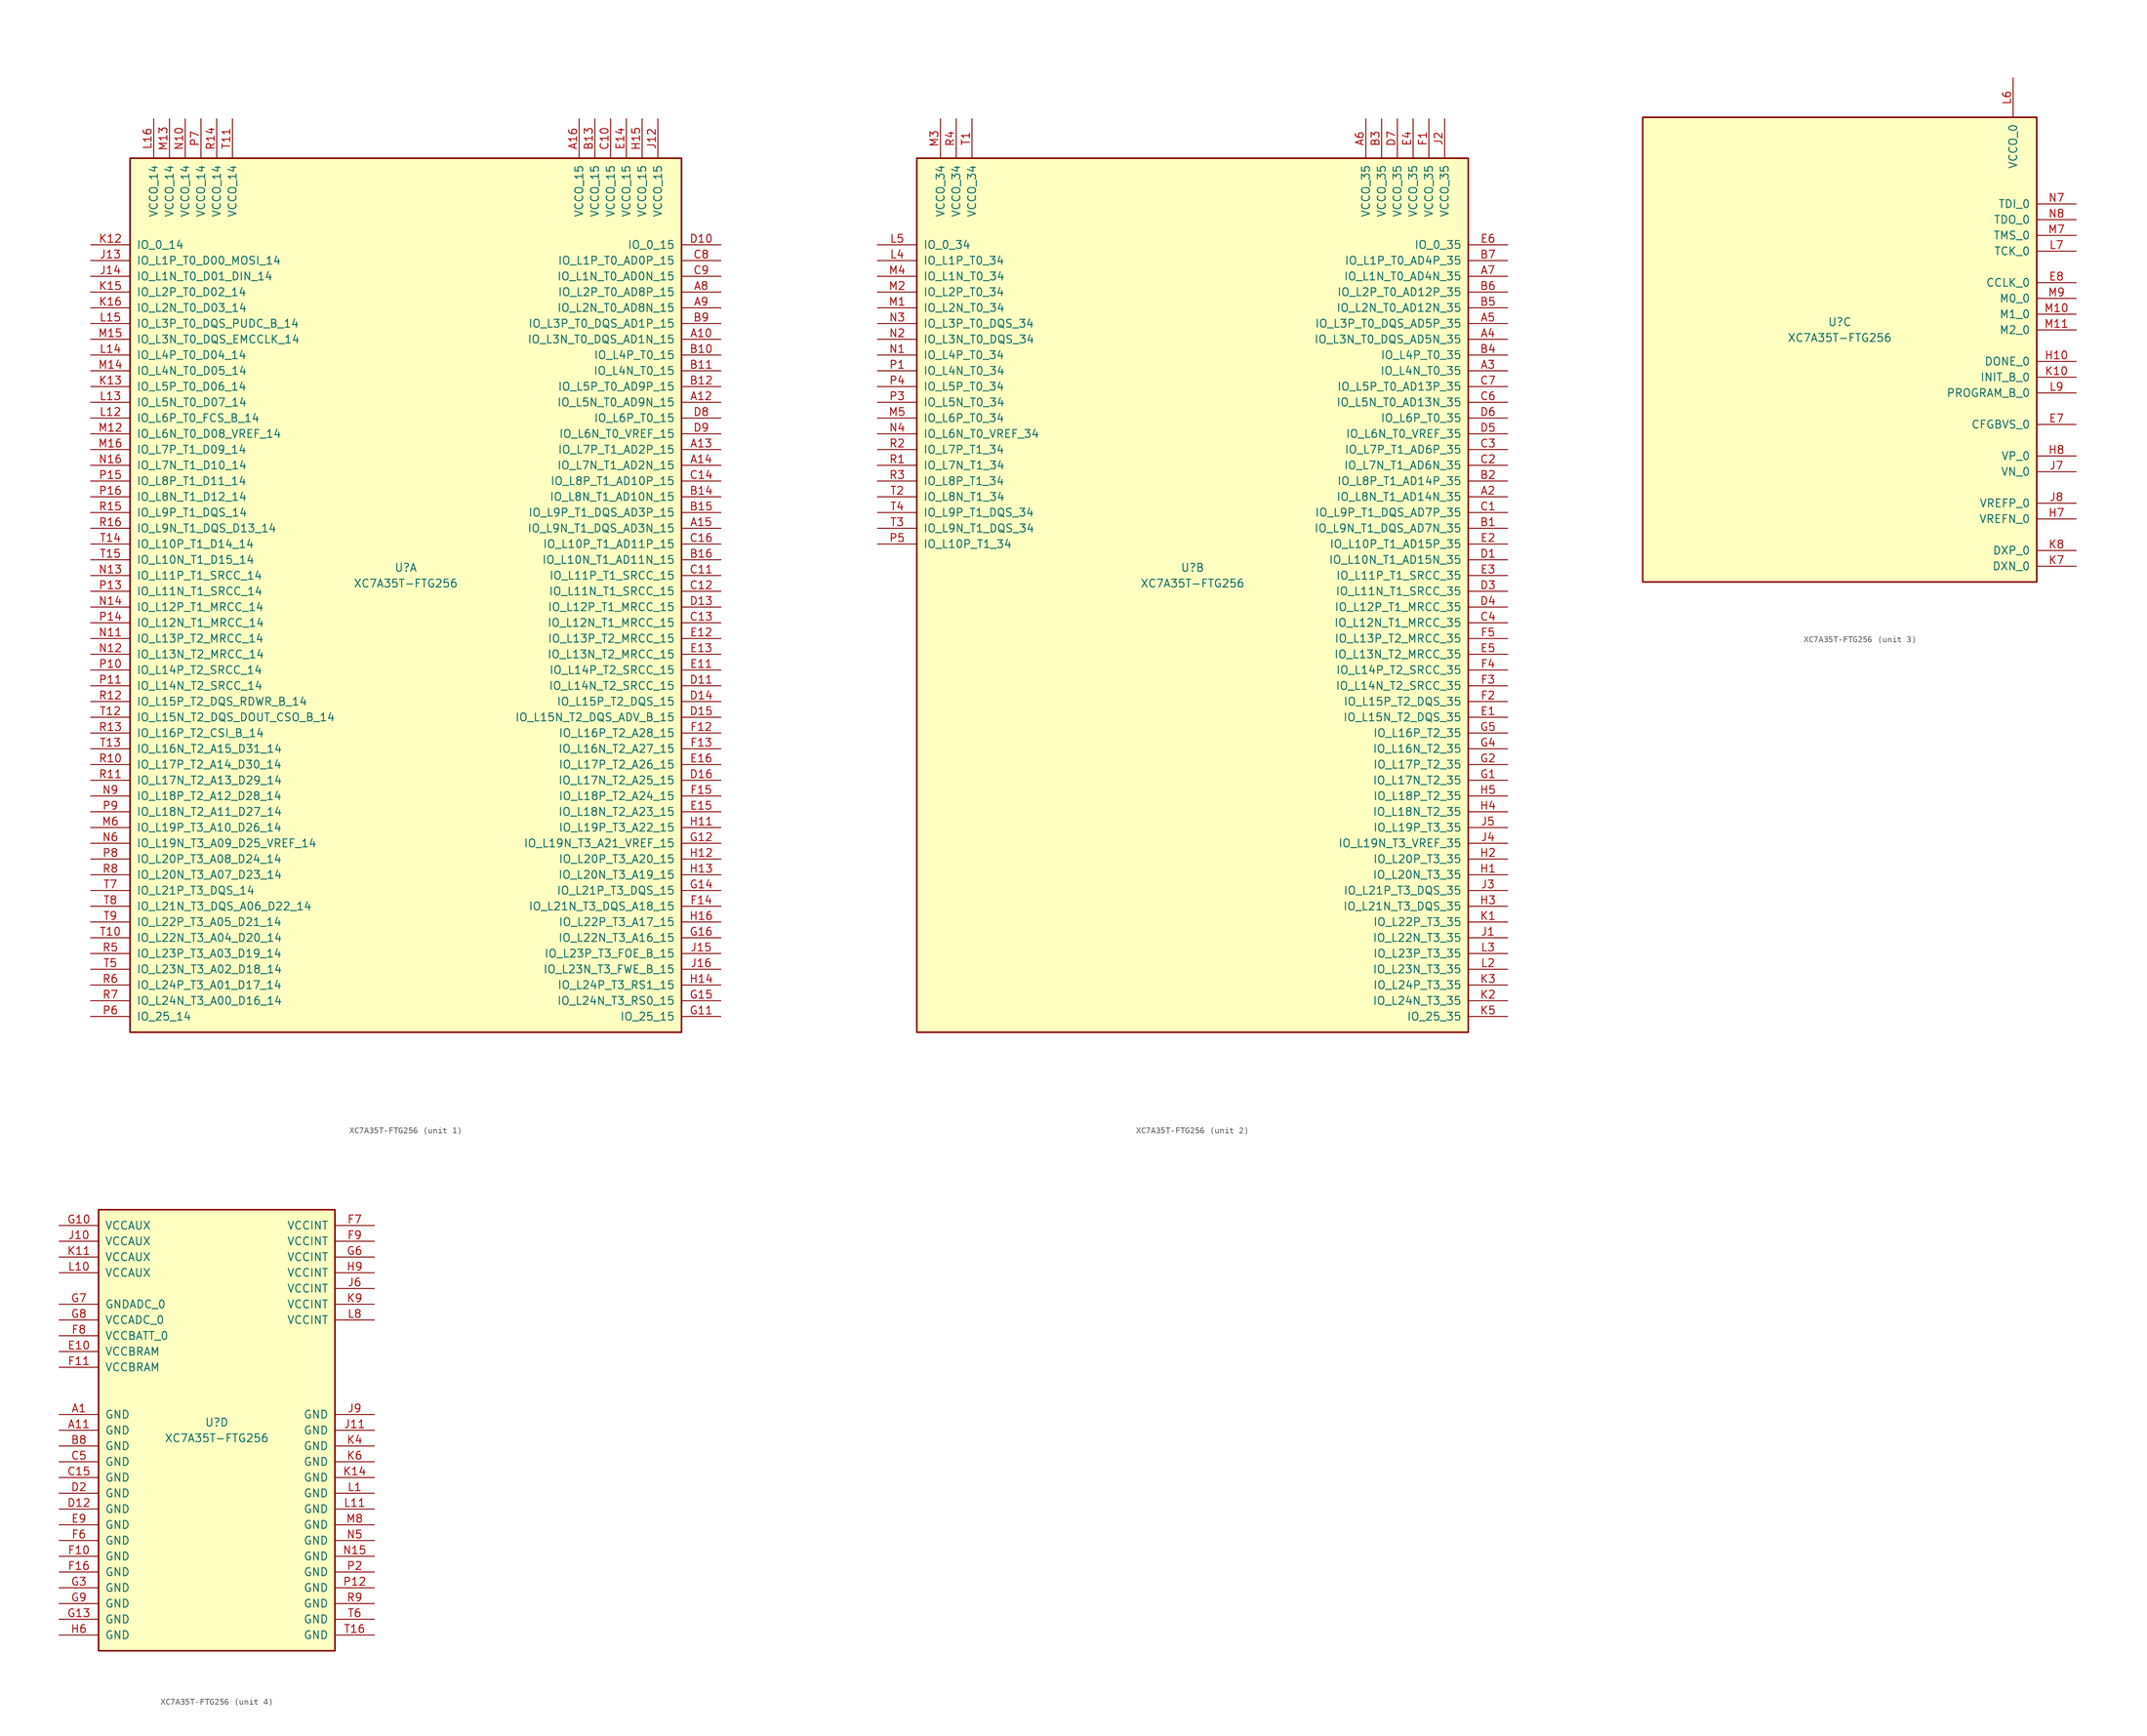
<source format=kicad_sym>
(kicad_symbol_lib
  (version 20231120)
  (generator "kicad_symbol_editor")
  (generator_version "8.0")
  (symbol "XC7A35T-FTG256"
    (pin_names
      (offset 1.016))
    (property "Reference" "U"
      (at 0 1.27 0)
      (effects (font (size 1.27 1.27))))
    (property "Value" "XC7A35T-FTG256"
      (at 0 -1.27 0)
      (effects (font (size 1.27 1.27))))
    (property "Datasheet" ""
      (at 0 0 0)
      (effects (font (size 1.27 1.27))))
    (property "ki_locked" ""
      (at 0 0 0)
      (effects (font (size 1.27 1.27))))
    (symbol "XC7A35T-FTG256_1_1"
      (rectangle (start -44.45 67.31) (end 44.45 -73.66) (stroke (width 0.254) (type default)) (fill (type background)))
      (pin bidirectional line (at 50.8 38.1 180) (length 6.35) (name "IO_L3N_T0_DQS_AD1N_15" (effects (font (size 1.27 1.27)))) (number "A10" (effects (font (size 1.27 1.27)))))
      (pin bidirectional line (at 50.8 27.94 180) (length 6.35) (name "IO_L5N_T0_AD9N_15" (effects (font (size 1.27 1.27)))) (number "A12" (effects (font (size 1.27 1.27)))))
      (pin bidirectional line (at 50.8 20.32 180) (length 6.35) (name "IO_L7P_T1_AD2P_15" (effects (font (size 1.27 1.27)))) (number "A13" (effects (font (size 1.27 1.27)))))
      (pin bidirectional line (at 50.8 17.78 180) (length 6.35) (name "IO_L7N_T1_AD2N_15" (effects (font (size 1.27 1.27)))) (number "A14" (effects (font (size 1.27 1.27)))))
      (pin bidirectional line (at 50.8 7.62 180) (length 6.35) (name "IO_L9N_T1_DQS_AD3N_15" (effects (font (size 1.27 1.27)))) (number "A15" (effects (font (size 1.27 1.27)))))
      (pin power_in line (at 27.94 73.66 270) (length 6.35) (name "VCCO_15" (effects (font (size 1.27 1.27)))) (number "A16" (effects (font (size 1.27 1.27)))))
      (pin bidirectional line (at 50.8 45.72 180) (length 6.35) (name "IO_L2P_T0_AD8P_15" (effects (font (size 1.27 1.27)))) (number "A8" (effects (font (size 1.27 1.27)))))
      (pin bidirectional line (at 50.8 43.18 180) (length 6.35) (name "IO_L2N_T0_AD8N_15" (effects (font (size 1.27 1.27)))) (number "A9" (effects (font (size 1.27 1.27)))))
      (pin bidirectional line (at 50.8 35.56 180) (length 6.35) (name "IO_L4P_T0_15" (effects (font (size 1.27 1.27)))) (number "B10" (effects (font (size 1.27 1.27)))))
      (pin bidirectional line (at 50.8 33.02 180) (length 6.35) (name "IO_L4N_T0_15" (effects (font (size 1.27 1.27)))) (number "B11" (effects (font (size 1.27 1.27)))))
      (pin bidirectional line (at 50.8 30.48 180) (length 6.35) (name "IO_L5P_T0_AD9P_15" (effects (font (size 1.27 1.27)))) (number "B12" (effects (font (size 1.27 1.27)))))
      (pin power_in line (at 30.48 73.66 270) (length 6.35) (name "VCCO_15" (effects (font (size 1.27 1.27)))) (number "B13" (effects (font (size 1.27 1.27)))))
      (pin bidirectional line (at 50.8 12.7 180) (length 6.35) (name "IO_L8N_T1_AD10N_15" (effects (font (size 1.27 1.27)))) (number "B14" (effects (font (size 1.27 1.27)))))
      (pin bidirectional line (at 50.8 10.16 180) (length 6.35) (name "IO_L9P_T1_DQS_AD3P_15" (effects (font (size 1.27 1.27)))) (number "B15" (effects (font (size 1.27 1.27)))))
      (pin bidirectional line (at 50.8 2.54 180) (length 6.35) (name "IO_L10N_T1_AD11N_15" (effects (font (size 1.27 1.27)))) (number "B16" (effects (font (size 1.27 1.27)))))
      (pin bidirectional line (at 50.8 40.64 180) (length 6.35) (name "IO_L3P_T0_DQS_AD1P_15" (effects (font (size 1.27 1.27)))) (number "B9" (effects (font (size 1.27 1.27)))))
      (pin power_in line (at 33.02 73.66 270) (length 6.35) (name "VCCO_15" (effects (font (size 1.27 1.27)))) (number "C10" (effects (font (size 1.27 1.27)))))
      (pin bidirectional line (at 50.8 0 180) (length 6.35) (name "IO_L11P_T1_SRCC_15" (effects (font (size 1.27 1.27)))) (number "C11" (effects (font (size 1.27 1.27)))))
      (pin bidirectional line (at 50.8 -2.54 180) (length 6.35) (name "IO_L11N_T1_SRCC_15" (effects (font (size 1.27 1.27)))) (number "C12" (effects (font (size 1.27 1.27)))))
      (pin bidirectional line (at 50.8 -7.62 180) (length 6.35) (name "IO_L12N_T1_MRCC_15" (effects (font (size 1.27 1.27)))) (number "C13" (effects (font (size 1.27 1.27)))))
      (pin bidirectional line (at 50.8 15.24 180) (length 6.35) (name "IO_L8P_T1_AD10P_15" (effects (font (size 1.27 1.27)))) (number "C14" (effects (font (size 1.27 1.27)))))
      (pin bidirectional line (at 50.8 5.08 180) (length 6.35) (name "IO_L10P_T1_AD11P_15" (effects (font (size 1.27 1.27)))) (number "C16" (effects (font (size 1.27 1.27)))))
      (pin bidirectional line (at 50.8 50.8 180) (length 6.35) (name "IO_L1P_T0_AD0P_15" (effects (font (size 1.27 1.27)))) (number "C8" (effects (font (size 1.27 1.27)))))
      (pin bidirectional line (at 50.8 48.26 180) (length 6.35) (name "IO_L1N_T0_AD0N_15" (effects (font (size 1.27 1.27)))) (number "C9" (effects (font (size 1.27 1.27)))))
      (pin bidirectional line (at 50.8 53.34 180) (length 6.35) (name "IO_0_15" (effects (font (size 1.27 1.27)))) (number "D10" (effects (font (size 1.27 1.27)))))
      (pin bidirectional line (at 50.8 -17.78 180) (length 6.35) (name "IO_L14N_T2_SRCC_15" (effects (font (size 1.27 1.27)))) (number "D11" (effects (font (size 1.27 1.27)))))
      (pin bidirectional line (at 50.8 -5.08 180) (length 6.35) (name "IO_L12P_T1_MRCC_15" (effects (font (size 1.27 1.27)))) (number "D13" (effects (font (size 1.27 1.27)))))
      (pin bidirectional line (at 50.8 -20.32 180) (length 6.35) (name "IO_L15P_T2_DQS_15" (effects (font (size 1.27 1.27)))) (number "D14" (effects (font (size 1.27 1.27)))))
      (pin bidirectional line (at 50.8 -22.86 180) (length 6.35) (name "IO_L15N_T2_DQS_ADV_B_15" (effects (font (size 1.27 1.27)))) (number "D15" (effects (font (size 1.27 1.27)))))
      (pin bidirectional line (at 50.8 -33.02 180) (length 6.35) (name "IO_L17N_T2_A25_15" (effects (font (size 1.27 1.27)))) (number "D16" (effects (font (size 1.27 1.27)))))
      (pin bidirectional line (at 50.8 25.4 180) (length 6.35) (name "IO_L6P_T0_15" (effects (font (size 1.27 1.27)))) (number "D8" (effects (font (size 1.27 1.27)))))
      (pin bidirectional line (at 50.8 22.86 180) (length 6.35) (name "IO_L6N_T0_VREF_15" (effects (font (size 1.27 1.27)))) (number "D9" (effects (font (size 1.27 1.27)))))
      (pin bidirectional line (at 50.8 -15.24 180) (length 6.35) (name "IO_L14P_T2_SRCC_15" (effects (font (size 1.27 1.27)))) (number "E11" (effects (font (size 1.27 1.27)))))
      (pin bidirectional line (at 50.8 -10.16 180) (length 6.35) (name "IO_L13P_T2_MRCC_15" (effects (font (size 1.27 1.27)))) (number "E12" (effects (font (size 1.27 1.27)))))
      (pin bidirectional line (at 50.8 -12.7 180) (length 6.35) (name "IO_L13N_T2_MRCC_15" (effects (font (size 1.27 1.27)))) (number "E13" (effects (font (size 1.27 1.27)))))
      (pin power_in line (at 35.56 73.66 270) (length 6.35) (name "VCCO_15" (effects (font (size 1.27 1.27)))) (number "E14" (effects (font (size 1.27 1.27)))))
      (pin bidirectional line (at 50.8 -38.1 180) (length 6.35) (name "IO_L18N_T2_A23_15" (effects (font (size 1.27 1.27)))) (number "E15" (effects (font (size 1.27 1.27)))))
      (pin bidirectional line (at 50.8 -30.48 180) (length 6.35) (name "IO_L17P_T2_A26_15" (effects (font (size 1.27 1.27)))) (number "E16" (effects (font (size 1.27 1.27)))))
      (pin bidirectional line (at 50.8 -25.4 180) (length 6.35) (name "IO_L16P_T2_A28_15" (effects (font (size 1.27 1.27)))) (number "F12" (effects (font (size 1.27 1.27)))))
      (pin bidirectional line (at 50.8 -27.94 180) (length 6.35) (name "IO_L16N_T2_A27_15" (effects (font (size 1.27 1.27)))) (number "F13" (effects (font (size 1.27 1.27)))))
      (pin bidirectional line (at 50.8 -53.34 180) (length 6.35) (name "IO_L21N_T3_DQS_A18_15" (effects (font (size 1.27 1.27)))) (number "F14" (effects (font (size 1.27 1.27)))))
      (pin bidirectional line (at 50.8 -35.56 180) (length 6.35) (name "IO_L18P_T2_A24_15" (effects (font (size 1.27 1.27)))) (number "F15" (effects (font (size 1.27 1.27)))))
      (pin bidirectional line (at 50.8 -71.12 180) (length 6.35) (name "IO_25_15" (effects (font (size 1.27 1.27)))) (number "G11" (effects (font (size 1.27 1.27)))))
      (pin bidirectional line (at 50.8 -43.18 180) (length 6.35) (name "IO_L19N_T3_A21_VREF_15" (effects (font (size 1.27 1.27)))) (number "G12" (effects (font (size 1.27 1.27)))))
      (pin bidirectional line (at 50.8 -50.8 180) (length 6.35) (name "IO_L21P_T3_DQS_15" (effects (font (size 1.27 1.27)))) (number "G14" (effects (font (size 1.27 1.27)))))
      (pin bidirectional line (at 50.8 -68.58 180) (length 6.35) (name "IO_L24N_T3_RS0_15" (effects (font (size 1.27 1.27)))) (number "G15" (effects (font (size 1.27 1.27)))))
      (pin bidirectional line (at 50.8 -58.42 180) (length 6.35) (name "IO_L22N_T3_A16_15" (effects (font (size 1.27 1.27)))) (number "G16" (effects (font (size 1.27 1.27)))))
      (pin bidirectional line (at 50.8 -40.64 180) (length 6.35) (name "IO_L19P_T3_A22_15" (effects (font (size 1.27 1.27)))) (number "H11" (effects (font (size 1.27 1.27)))))
      (pin bidirectional line (at 50.8 -45.72 180) (length 6.35) (name "IO_L20P_T3_A20_15" (effects (font (size 1.27 1.27)))) (number "H12" (effects (font (size 1.27 1.27)))))
      (pin bidirectional line (at 50.8 -48.26 180) (length 6.35) (name "IO_L20N_T3_A19_15" (effects (font (size 1.27 1.27)))) (number "H13" (effects (font (size 1.27 1.27)))))
      (pin bidirectional line (at 50.8 -66.04 180) (length 6.35) (name "IO_L24P_T3_RS1_15" (effects (font (size 1.27 1.27)))) (number "H14" (effects (font (size 1.27 1.27)))))
      (pin power_in line (at 38.1 73.66 270) (length 6.35) (name "VCCO_15" (effects (font (size 1.27 1.27)))) (number "H15" (effects (font (size 1.27 1.27)))))
      (pin bidirectional line (at 50.8 -55.88 180) (length 6.35) (name "IO_L22P_T3_A17_15" (effects (font (size 1.27 1.27)))) (number "H16" (effects (font (size 1.27 1.27)))))
      (pin power_in line (at 40.64 73.66 270) (length 6.35) (name "VCCO_15" (effects (font (size 1.27 1.27)))) (number "J12" (effects (font (size 1.27 1.27)))))
      (pin bidirectional line (at -50.8 50.8 0) (length 6.35) (name "IO_L1P_T0_D00_MOSI_14" (effects (font (size 1.27 1.27)))) (number "J13" (effects (font (size 1.27 1.27)))))
      (pin bidirectional line (at -50.8 48.26 0) (length 6.35) (name "IO_L1N_T0_D01_DIN_14" (effects (font (size 1.27 1.27)))) (number "J14" (effects (font (size 1.27 1.27)))))
      (pin bidirectional line (at 50.8 -60.96 180) (length 6.35) (name "IO_L23P_T3_FOE_B_15" (effects (font (size 1.27 1.27)))) (number "J15" (effects (font (size 1.27 1.27)))))
      (pin bidirectional line (at 50.8 -63.5 180) (length 6.35) (name "IO_L23N_T3_FWE_B_15" (effects (font (size 1.27 1.27)))) (number "J16" (effects (font (size 1.27 1.27)))))
      (pin bidirectional line (at -50.8 53.34 0) (length 6.35) (name "IO_0_14" (effects (font (size 1.27 1.27)))) (number "K12" (effects (font (size 1.27 1.27)))))
      (pin bidirectional line (at -50.8 30.48 0) (length 6.35) (name "IO_L5P_T0_D06_14" (effects (font (size 1.27 1.27)))) (number "K13" (effects (font (size 1.27 1.27)))))
      (pin bidirectional line (at -50.8 45.72 0) (length 6.35) (name "IO_L2P_T0_D02_14" (effects (font (size 1.27 1.27)))) (number "K15" (effects (font (size 1.27 1.27)))))
      (pin bidirectional line (at -50.8 43.18 0) (length 6.35) (name "IO_L2N_T0_D03_14" (effects (font (size 1.27 1.27)))) (number "K16" (effects (font (size 1.27 1.27)))))
      (pin bidirectional line (at -50.8 25.4 0) (length 6.35) (name "IO_L6P_T0_FCS_B_14" (effects (font (size 1.27 1.27)))) (number "L12" (effects (font (size 1.27 1.27)))))
      (pin bidirectional line (at -50.8 27.94 0) (length 6.35) (name "IO_L5N_T0_D07_14" (effects (font (size 1.27 1.27)))) (number "L13" (effects (font (size 1.27 1.27)))))
      (pin bidirectional line (at -50.8 35.56 0) (length 6.35) (name "IO_L4P_T0_D04_14" (effects (font (size 1.27 1.27)))) (number "L14" (effects (font (size 1.27 1.27)))))
      (pin bidirectional line (at -50.8 40.64 0) (length 6.35) (name "IO_L3P_T0_DQS_PUDC_B_14" (effects (font (size 1.27 1.27)))) (number "L15" (effects (font (size 1.27 1.27)))))
      (pin power_in line (at -40.64 73.66 270) (length 6.35) (name "VCCO_14" (effects (font (size 1.27 1.27)))) (number "L16" (effects (font (size 1.27 1.27)))))
      (pin bidirectional line (at -50.8 22.86 0) (length 6.35) (name "IO_L6N_T0_D08_VREF_14" (effects (font (size 1.27 1.27)))) (number "M12" (effects (font (size 1.27 1.27)))))
      (pin power_in line (at -38.1 73.66 270) (length 6.35) (name "VCCO_14" (effects (font (size 1.27 1.27)))) (number "M13" (effects (font (size 1.27 1.27)))))
      (pin bidirectional line (at -50.8 33.02 0) (length 6.35) (name "IO_L4N_T0_D05_14" (effects (font (size 1.27 1.27)))) (number "M14" (effects (font (size 1.27 1.27)))))
      (pin bidirectional line (at -50.8 38.1 0) (length 6.35) (name "IO_L3N_T0_DQS_EMCCLK_14" (effects (font (size 1.27 1.27)))) (number "M15" (effects (font (size 1.27 1.27)))))
      (pin bidirectional line (at -50.8 20.32 0) (length 6.35) (name "IO_L7P_T1_D09_14" (effects (font (size 1.27 1.27)))) (number "M16" (effects (font (size 1.27 1.27)))))
      (pin bidirectional line (at -50.8 -40.64 0) (length 6.35) (name "IO_L19P_T3_A10_D26_14" (effects (font (size 1.27 1.27)))) (number "M6" (effects (font (size 1.27 1.27)))))
      (pin power_in line (at -35.56 73.66 270) (length 6.35) (name "VCCO_14" (effects (font (size 1.27 1.27)))) (number "N10" (effects (font (size 1.27 1.27)))))
      (pin bidirectional line (at -50.8 -10.16 0) (length 6.35) (name "IO_L13P_T2_MRCC_14" (effects (font (size 1.27 1.27)))) (number "N11" (effects (font (size 1.27 1.27)))))
      (pin bidirectional line (at -50.8 -12.7 0) (length 6.35) (name "IO_L13N_T2_MRCC_14" (effects (font (size 1.27 1.27)))) (number "N12" (effects (font (size 1.27 1.27)))))
      (pin bidirectional line (at -50.8 0 0) (length 6.35) (name "IO_L11P_T1_SRCC_14" (effects (font (size 1.27 1.27)))) (number "N13" (effects (font (size 1.27 1.27)))))
      (pin bidirectional line (at -50.8 -5.08 0) (length 6.35) (name "IO_L12P_T1_MRCC_14" (effects (font (size 1.27 1.27)))) (number "N14" (effects (font (size 1.27 1.27)))))
      (pin bidirectional line (at -50.8 17.78 0) (length 6.35) (name "IO_L7N_T1_D10_14" (effects (font (size 1.27 1.27)))) (number "N16" (effects (font (size 1.27 1.27)))))
      (pin bidirectional line (at -50.8 -43.18 0) (length 6.35) (name "IO_L19N_T3_A09_D25_VREF_14" (effects (font (size 1.27 1.27)))) (number "N6" (effects (font (size 1.27 1.27)))))
      (pin bidirectional line (at -50.8 -35.56 0) (length 6.35) (name "IO_L18P_T2_A12_D28_14" (effects (font (size 1.27 1.27)))) (number "N9" (effects (font (size 1.27 1.27)))))
      (pin bidirectional line (at -50.8 -15.24 0) (length 6.35) (name "IO_L14P_T2_SRCC_14" (effects (font (size 1.27 1.27)))) (number "P10" (effects (font (size 1.27 1.27)))))
      (pin bidirectional line (at -50.8 -17.78 0) (length 6.35) (name "IO_L14N_T2_SRCC_14" (effects (font (size 1.27 1.27)))) (number "P11" (effects (font (size 1.27 1.27)))))
      (pin bidirectional line (at -50.8 -2.54 0) (length 6.35) (name "IO_L11N_T1_SRCC_14" (effects (font (size 1.27 1.27)))) (number "P13" (effects (font (size 1.27 1.27)))))
      (pin bidirectional line (at -50.8 -7.62 0) (length 6.35) (name "IO_L12N_T1_MRCC_14" (effects (font (size 1.27 1.27)))) (number "P14" (effects (font (size 1.27 1.27)))))
      (pin bidirectional line (at -50.8 15.24 0) (length 6.35) (name "IO_L8P_T1_D11_14" (effects (font (size 1.27 1.27)))) (number "P15" (effects (font (size 1.27 1.27)))))
      (pin bidirectional line (at -50.8 12.7 0) (length 6.35) (name "IO_L8N_T1_D12_14" (effects (font (size 1.27 1.27)))) (number "P16" (effects (font (size 1.27 1.27)))))
      (pin bidirectional line (at -50.8 -71.12 0) (length 6.35) (name "IO_25_14" (effects (font (size 1.27 1.27)))) (number "P6" (effects (font (size 1.27 1.27)))))
      (pin power_in line (at -33.02 73.66 270) (length 6.35) (name "VCCO_14" (effects (font (size 1.27 1.27)))) (number "P7" (effects (font (size 1.27 1.27)))))
      (pin bidirectional line (at -50.8 -45.72 0) (length 6.35) (name "IO_L20P_T3_A08_D24_14" (effects (font (size 1.27 1.27)))) (number "P8" (effects (font (size 1.27 1.27)))))
      (pin bidirectional line (at -50.8 -38.1 0) (length 6.35) (name "IO_L18N_T2_A11_D27_14" (effects (font (size 1.27 1.27)))) (number "P9" (effects (font (size 1.27 1.27)))))
      (pin bidirectional line (at -50.8 -30.48 0) (length 6.35) (name "IO_L17P_T2_A14_D30_14" (effects (font (size 1.27 1.27)))) (number "R10" (effects (font (size 1.27 1.27)))))
      (pin bidirectional line (at -50.8 -33.02 0) (length 6.35) (name "IO_L17N_T2_A13_D29_14" (effects (font (size 1.27 1.27)))) (number "R11" (effects (font (size 1.27 1.27)))))
      (pin bidirectional line (at -50.8 -20.32 0) (length 6.35) (name "IO_L15P_T2_DQS_RDWR_B_14" (effects (font (size 1.27 1.27)))) (number "R12" (effects (font (size 1.27 1.27)))))
      (pin bidirectional line (at -50.8 -25.4 0) (length 6.35) (name "IO_L16P_T2_CSI_B_14" (effects (font (size 1.27 1.27)))) (number "R13" (effects (font (size 1.27 1.27)))))
      (pin power_in line (at -30.48 73.66 270) (length 6.35) (name "VCCO_14" (effects (font (size 1.27 1.27)))) (number "R14" (effects (font (size 1.27 1.27)))))
      (pin bidirectional line (at -50.8 10.16 0) (length 6.35) (name "IO_L9P_T1_DQS_14" (effects (font (size 1.27 1.27)))) (number "R15" (effects (font (size 1.27 1.27)))))
      (pin bidirectional line (at -50.8 7.62 0) (length 6.35) (name "IO_L9N_T1_DQS_D13_14" (effects (font (size 1.27 1.27)))) (number "R16" (effects (font (size 1.27 1.27)))))
      (pin bidirectional line (at -50.8 -60.96 0) (length 6.35) (name "IO_L23P_T3_A03_D19_14" (effects (font (size 1.27 1.27)))) (number "R5" (effects (font (size 1.27 1.27)))))
      (pin bidirectional line (at -50.8 -66.04 0) (length 6.35) (name "IO_L24P_T3_A01_D17_14" (effects (font (size 1.27 1.27)))) (number "R6" (effects (font (size 1.27 1.27)))))
      (pin bidirectional line (at -50.8 -68.58 0) (length 6.35) (name "IO_L24N_T3_A00_D16_14" (effects (font (size 1.27 1.27)))) (number "R7" (effects (font (size 1.27 1.27)))))
      (pin bidirectional line (at -50.8 -48.26 0) (length 6.35) (name "IO_L20N_T3_A07_D23_14" (effects (font (size 1.27 1.27)))) (number "R8" (effects (font (size 1.27 1.27)))))
      (pin bidirectional line (at -50.8 -58.42 0) (length 6.35) (name "IO_L22N_T3_A04_D20_14" (effects (font (size 1.27 1.27)))) (number "T10" (effects (font (size 1.27 1.27)))))
      (pin power_in line (at -27.94 73.66 270) (length 6.35) (name "VCCO_14" (effects (font (size 1.27 1.27)))) (number "T11" (effects (font (size 1.27 1.27)))))
      (pin bidirectional line (at -50.8 -22.86 0) (length 6.35) (name "IO_L15N_T2_DQS_DOUT_CSO_B_14" (effects (font (size 1.27 1.27)))) (number "T12" (effects (font (size 1.27 1.27)))))
      (pin bidirectional line (at -50.8 -27.94 0) (length 6.35) (name "IO_L16N_T2_A15_D31_14" (effects (font (size 1.27 1.27)))) (number "T13" (effects (font (size 1.27 1.27)))))
      (pin bidirectional line (at -50.8 5.08 0) (length 6.35) (name "IO_L10P_T1_D14_14" (effects (font (size 1.27 1.27)))) (number "T14" (effects (font (size 1.27 1.27)))))
      (pin bidirectional line (at -50.8 2.54 0) (length 6.35) (name "IO_L10N_T1_D15_14" (effects (font (size 1.27 1.27)))) (number "T15" (effects (font (size 1.27 1.27)))))
      (pin bidirectional line (at -50.8 -63.5 0) (length 6.35) (name "IO_L23N_T3_A02_D18_14" (effects (font (size 1.27 1.27)))) (number "T5" (effects (font (size 1.27 1.27)))))
      (pin bidirectional line (at -50.8 -50.8 0) (length 6.35) (name "IO_L21P_T3_DQS_14" (effects (font (size 1.27 1.27)))) (number "T7" (effects (font (size 1.27 1.27)))))
      (pin bidirectional line (at -50.8 -53.34 0) (length 6.35) (name "IO_L21N_T3_DQS_A06_D22_14" (effects (font (size 1.27 1.27)))) (number "T8" (effects (font (size 1.27 1.27)))))
      (pin bidirectional line (at -50.8 -55.88 0) (length 6.35) (name "IO_L22P_T3_A05_D21_14" (effects (font (size 1.27 1.27)))) (number "T9" (effects (font (size 1.27 1.27))))))
    (symbol "XC7A35T-FTG256_2_1"
      (rectangle (start -44.45 67.31) (end 44.45 -73.66) (stroke (width 0.254) (type default)) (fill (type background)))
      (pin bidirectional line (at 50.8 12.7 180) (length 6.35) (name "IO_L8N_T1_AD14N_35" (effects (font (size 1.27 1.27)))) (number "A2" (effects (font (size 1.27 1.27)))))
      (pin bidirectional line (at 50.8 33.02 180) (length 6.35) (name "IO_L4N_T0_35" (effects (font (size 1.27 1.27)))) (number "A3" (effects (font (size 1.27 1.27)))))
      (pin bidirectional line (at 50.8 38.1 180) (length 6.35) (name "IO_L3N_T0_DQS_AD5N_35" (effects (font (size 1.27 1.27)))) (number "A4" (effects (font (size 1.27 1.27)))))
      (pin bidirectional line (at 50.8 40.64 180) (length 6.35) (name "IO_L3P_T0_DQS_AD5P_35" (effects (font (size 1.27 1.27)))) (number "A5" (effects (font (size 1.27 1.27)))))
      (pin power_in line (at 27.94 73.66 270) (length 6.35) (name "VCCO_35" (effects (font (size 1.27 1.27)))) (number "A6" (effects (font (size 1.27 1.27)))))
      (pin bidirectional line (at 50.8 48.26 180) (length 6.35) (name "IO_L1N_T0_AD4N_35" (effects (font (size 1.27 1.27)))) (number "A7" (effects (font (size 1.27 1.27)))))
      (pin bidirectional line (at 50.8 7.62 180) (length 6.35) (name "IO_L9N_T1_DQS_AD7N_35" (effects (font (size 1.27 1.27)))) (number "B1" (effects (font (size 1.27 1.27)))))
      (pin bidirectional line (at 50.8 15.24 180) (length 6.35) (name "IO_L8P_T1_AD14P_35" (effects (font (size 1.27 1.27)))) (number "B2" (effects (font (size 1.27 1.27)))))
      (pin power_in line (at 30.48 73.66 270) (length 6.35) (name "VCCO_35" (effects (font (size 1.27 1.27)))) (number "B3" (effects (font (size 1.27 1.27)))))
      (pin bidirectional line (at 50.8 35.56 180) (length 6.35) (name "IO_L4P_T0_35" (effects (font (size 1.27 1.27)))) (number "B4" (effects (font (size 1.27 1.27)))))
      (pin bidirectional line (at 50.8 43.18 180) (length 6.35) (name "IO_L2N_T0_AD12N_35" (effects (font (size 1.27 1.27)))) (number "B5" (effects (font (size 1.27 1.27)))))
      (pin bidirectional line (at 50.8 45.72 180) (length 6.35) (name "IO_L2P_T0_AD12P_35" (effects (font (size 1.27 1.27)))) (number "B6" (effects (font (size 1.27 1.27)))))
      (pin bidirectional line (at 50.8 50.8 180) (length 6.35) (name "IO_L1P_T0_AD4P_35" (effects (font (size 1.27 1.27)))) (number "B7" (effects (font (size 1.27 1.27)))))
      (pin bidirectional line (at 50.8 10.16 180) (length 6.35) (name "IO_L9P_T1_DQS_AD7P_35" (effects (font (size 1.27 1.27)))) (number "C1" (effects (font (size 1.27 1.27)))))
      (pin bidirectional line (at 50.8 17.78 180) (length 6.35) (name "IO_L7N_T1_AD6N_35" (effects (font (size 1.27 1.27)))) (number "C2" (effects (font (size 1.27 1.27)))))
      (pin bidirectional line (at 50.8 20.32 180) (length 6.35) (name "IO_L7P_T1_AD6P_35" (effects (font (size 1.27 1.27)))) (number "C3" (effects (font (size 1.27 1.27)))))
      (pin bidirectional line (at 50.8 -7.62 180) (length 6.35) (name "IO_L12N_T1_MRCC_35" (effects (font (size 1.27 1.27)))) (number "C4" (effects (font (size 1.27 1.27)))))
      (pin bidirectional line (at 50.8 27.94 180) (length 6.35) (name "IO_L5N_T0_AD13N_35" (effects (font (size 1.27 1.27)))) (number "C6" (effects (font (size 1.27 1.27)))))
      (pin bidirectional line (at 50.8 30.48 180) (length 6.35) (name "IO_L5P_T0_AD13P_35" (effects (font (size 1.27 1.27)))) (number "C7" (effects (font (size 1.27 1.27)))))
      (pin bidirectional line (at 50.8 2.54 180) (length 6.35) (name "IO_L10N_T1_AD15N_35" (effects (font (size 1.27 1.27)))) (number "D1" (effects (font (size 1.27 1.27)))))
      (pin bidirectional line (at 50.8 -2.54 180) (length 6.35) (name "IO_L11N_T1_SRCC_35" (effects (font (size 1.27 1.27)))) (number "D3" (effects (font (size 1.27 1.27)))))
      (pin bidirectional line (at 50.8 -5.08 180) (length 6.35) (name "IO_L12P_T1_MRCC_35" (effects (font (size 1.27 1.27)))) (number "D4" (effects (font (size 1.27 1.27)))))
      (pin bidirectional line (at 50.8 22.86 180) (length 6.35) (name "IO_L6N_T0_VREF_35" (effects (font (size 1.27 1.27)))) (number "D5" (effects (font (size 1.27 1.27)))))
      (pin bidirectional line (at 50.8 25.4 180) (length 6.35) (name "IO_L6P_T0_35" (effects (font (size 1.27 1.27)))) (number "D6" (effects (font (size 1.27 1.27)))))
      (pin power_in line (at 33.02 73.66 270) (length 6.35) (name "VCCO_35" (effects (font (size 1.27 1.27)))) (number "D7" (effects (font (size 1.27 1.27)))))
      (pin bidirectional line (at 50.8 -22.86 180) (length 6.35) (name "IO_L15N_T2_DQS_35" (effects (font (size 1.27 1.27)))) (number "E1" (effects (font (size 1.27 1.27)))))
      (pin bidirectional line (at 50.8 5.08 180) (length 6.35) (name "IO_L10P_T1_AD15P_35" (effects (font (size 1.27 1.27)))) (number "E2" (effects (font (size 1.27 1.27)))))
      (pin bidirectional line (at 50.8 0 180) (length 6.35) (name "IO_L11P_T1_SRCC_35" (effects (font (size 1.27 1.27)))) (number "E3" (effects (font (size 1.27 1.27)))))
      (pin power_in line (at 35.56 73.66 270) (length 6.35) (name "VCCO_35" (effects (font (size 1.27 1.27)))) (number "E4" (effects (font (size 1.27 1.27)))))
      (pin bidirectional line (at 50.8 -12.7 180) (length 6.35) (name "IO_L13N_T2_MRCC_35" (effects (font (size 1.27 1.27)))) (number "E5" (effects (font (size 1.27 1.27)))))
      (pin bidirectional line (at 50.8 53.34 180) (length 6.35) (name "IO_0_35" (effects (font (size 1.27 1.27)))) (number "E6" (effects (font (size 1.27 1.27)))))
      (pin power_in line (at 38.1 73.66 270) (length 6.35) (name "VCCO_35" (effects (font (size 1.27 1.27)))) (number "F1" (effects (font (size 1.27 1.27)))))
      (pin bidirectional line (at 50.8 -20.32 180) (length 6.35) (name "IO_L15P_T2_DQS_35" (effects (font (size 1.27 1.27)))) (number "F2" (effects (font (size 1.27 1.27)))))
      (pin bidirectional line (at 50.8 -17.78 180) (length 6.35) (name "IO_L14N_T2_SRCC_35" (effects (font (size 1.27 1.27)))) (number "F3" (effects (font (size 1.27 1.27)))))
      (pin bidirectional line (at 50.8 -15.24 180) (length 6.35) (name "IO_L14P_T2_SRCC_35" (effects (font (size 1.27 1.27)))) (number "F4" (effects (font (size 1.27 1.27)))))
      (pin bidirectional line (at 50.8 -10.16 180) (length 6.35) (name "IO_L13P_T2_MRCC_35" (effects (font (size 1.27 1.27)))) (number "F5" (effects (font (size 1.27 1.27)))))
      (pin bidirectional line (at 50.8 -33.02 180) (length 6.35) (name "IO_L17N_T2_35" (effects (font (size 1.27 1.27)))) (number "G1" (effects (font (size 1.27 1.27)))))
      (pin bidirectional line (at 50.8 -30.48 180) (length 6.35) (name "IO_L17P_T2_35" (effects (font (size 1.27 1.27)))) (number "G2" (effects (font (size 1.27 1.27)))))
      (pin bidirectional line (at 50.8 -27.94 180) (length 6.35) (name "IO_L16N_T2_35" (effects (font (size 1.27 1.27)))) (number "G4" (effects (font (size 1.27 1.27)))))
      (pin bidirectional line (at 50.8 -25.4 180) (length 6.35) (name "IO_L16P_T2_35" (effects (font (size 1.27 1.27)))) (number "G5" (effects (font (size 1.27 1.27)))))
      (pin bidirectional line (at 50.8 -48.26 180) (length 6.35) (name "IO_L20N_T3_35" (effects (font (size 1.27 1.27)))) (number "H1" (effects (font (size 1.27 1.27)))))
      (pin bidirectional line (at 50.8 -45.72 180) (length 6.35) (name "IO_L20P_T3_35" (effects (font (size 1.27 1.27)))) (number "H2" (effects (font (size 1.27 1.27)))))
      (pin bidirectional line (at 50.8 -53.34 180) (length 6.35) (name "IO_L21N_T3_DQS_35" (effects (font (size 1.27 1.27)))) (number "H3" (effects (font (size 1.27 1.27)))))
      (pin bidirectional line (at 50.8 -38.1 180) (length 6.35) (name "IO_L18N_T2_35" (effects (font (size 1.27 1.27)))) (number "H4" (effects (font (size 1.27 1.27)))))
      (pin bidirectional line (at 50.8 -35.56 180) (length 6.35) (name "IO_L18P_T2_35" (effects (font (size 1.27 1.27)))) (number "H5" (effects (font (size 1.27 1.27)))))
      (pin bidirectional line (at 50.8 -58.42 180) (length 6.35) (name "IO_L22N_T3_35" (effects (font (size 1.27 1.27)))) (number "J1" (effects (font (size 1.27 1.27)))))
      (pin power_in line (at 40.64 73.66 270) (length 6.35) (name "VCCO_35" (effects (font (size 1.27 1.27)))) (number "J2" (effects (font (size 1.27 1.27)))))
      (pin bidirectional line (at 50.8 -50.8 180) (length 6.35) (name "IO_L21P_T3_DQS_35" (effects (font (size 1.27 1.27)))) (number "J3" (effects (font (size 1.27 1.27)))))
      (pin bidirectional line (at 50.8 -43.18 180) (length 6.35) (name "IO_L19N_T3_VREF_35" (effects (font (size 1.27 1.27)))) (number "J4" (effects (font (size 1.27 1.27)))))
      (pin bidirectional line (at 50.8 -40.64 180) (length 6.35) (name "IO_L19P_T3_35" (effects (font (size 1.27 1.27)))) (number "J5" (effects (font (size 1.27 1.27)))))
      (pin bidirectional line (at 50.8 -55.88 180) (length 6.35) (name "IO_L22P_T3_35" (effects (font (size 1.27 1.27)))) (number "K1" (effects (font (size 1.27 1.27)))))
      (pin bidirectional line (at 50.8 -68.58 180) (length 6.35) (name "IO_L24N_T3_35" (effects (font (size 1.27 1.27)))) (number "K2" (effects (font (size 1.27 1.27)))))
      (pin bidirectional line (at 50.8 -66.04 180) (length 6.35) (name "IO_L24P_T3_35" (effects (font (size 1.27 1.27)))) (number "K3" (effects (font (size 1.27 1.27)))))
      (pin bidirectional line (at 50.8 -71.12 180) (length 6.35) (name "IO_25_35" (effects (font (size 1.27 1.27)))) (number "K5" (effects (font (size 1.27 1.27)))))
      (pin bidirectional line (at 50.8 -63.5 180) (length 6.35) (name "IO_L23N_T3_35" (effects (font (size 1.27 1.27)))) (number "L2" (effects (font (size 1.27 1.27)))))
      (pin bidirectional line (at 50.8 -60.96 180) (length 6.35) (name "IO_L23P_T3_35" (effects (font (size 1.27 1.27)))) (number "L3" (effects (font (size 1.27 1.27)))))
      (pin bidirectional line (at -50.8 50.8 0) (length 6.35) (name "IO_L1P_T0_34" (effects (font (size 1.27 1.27)))) (number "L4" (effects (font (size 1.27 1.27)))))
      (pin bidirectional line (at -50.8 53.34 0) (length 6.35) (name "IO_0_34" (effects (font (size 1.27 1.27)))) (number "L5" (effects (font (size 1.27 1.27)))))
      (pin bidirectional line (at -50.8 43.18 0) (length 6.35) (name "IO_L2N_T0_34" (effects (font (size 1.27 1.27)))) (number "M1" (effects (font (size 1.27 1.27)))))
      (pin bidirectional line (at -50.8 45.72 0) (length 6.35) (name "IO_L2P_T0_34" (effects (font (size 1.27 1.27)))) (number "M2" (effects (font (size 1.27 1.27)))))
      (pin power_in line (at -40.64 73.66 270) (length 6.35) (name "VCCO_34" (effects (font (size 1.27 1.27)))) (number "M3" (effects (font (size 1.27 1.27)))))
      (pin bidirectional line (at -50.8 48.26 0) (length 6.35) (name "IO_L1N_T0_34" (effects (font (size 1.27 1.27)))) (number "M4" (effects (font (size 1.27 1.27)))))
      (pin bidirectional line (at -50.8 25.4 0) (length 6.35) (name "IO_L6P_T0_34" (effects (font (size 1.27 1.27)))) (number "M5" (effects (font (size 1.27 1.27)))))
      (pin bidirectional line (at -50.8 35.56 0) (length 6.35) (name "IO_L4P_T0_34" (effects (font (size 1.27 1.27)))) (number "N1" (effects (font (size 1.27 1.27)))))
      (pin bidirectional line (at -50.8 38.1 0) (length 6.35) (name "IO_L3N_T0_DQS_34" (effects (font (size 1.27 1.27)))) (number "N2" (effects (font (size 1.27 1.27)))))
      (pin bidirectional line (at -50.8 40.64 0) (length 6.35) (name "IO_L3P_T0_DQS_34" (effects (font (size 1.27 1.27)))) (number "N3" (effects (font (size 1.27 1.27)))))
      (pin bidirectional line (at -50.8 22.86 0) (length 6.35) (name "IO_L6N_T0_VREF_34" (effects (font (size 1.27 1.27)))) (number "N4" (effects (font (size 1.27 1.27)))))
      (pin bidirectional line (at -50.8 33.02 0) (length 6.35) (name "IO_L4N_T0_34" (effects (font (size 1.27 1.27)))) (number "P1" (effects (font (size 1.27 1.27)))))
      (pin bidirectional line (at -50.8 27.94 0) (length 6.35) (name "IO_L5N_T0_34" (effects (font (size 1.27 1.27)))) (number "P3" (effects (font (size 1.27 1.27)))))
      (pin bidirectional line (at -50.8 30.48 0) (length 6.35) (name "IO_L5P_T0_34" (effects (font (size 1.27 1.27)))) (number "P4" (effects (font (size 1.27 1.27)))))
      (pin bidirectional line (at -50.8 5.08 0) (length 6.35) (name "IO_L10P_T1_34" (effects (font (size 1.27 1.27)))) (number "P5" (effects (font (size 1.27 1.27)))))
      (pin bidirectional line (at -50.8 17.78 0) (length 6.35) (name "IO_L7N_T1_34" (effects (font (size 1.27 1.27)))) (number "R1" (effects (font (size 1.27 1.27)))))
      (pin bidirectional line (at -50.8 20.32 0) (length 6.35) (name "IO_L7P_T1_34" (effects (font (size 1.27 1.27)))) (number "R2" (effects (font (size 1.27 1.27)))))
      (pin bidirectional line (at -50.8 15.24 0) (length 6.35) (name "IO_L8P_T1_34" (effects (font (size 1.27 1.27)))) (number "R3" (effects (font (size 1.27 1.27)))))
      (pin power_in line (at -38.1 73.66 270) (length 6.35) (name "VCCO_34" (effects (font (size 1.27 1.27)))) (number "R4" (effects (font (size 1.27 1.27)))))
      (pin power_in line (at -35.56 73.66 270) (length 6.35) (name "VCCO_34" (effects (font (size 1.27 1.27)))) (number "T1" (effects (font (size 1.27 1.27)))))
      (pin bidirectional line (at -50.8 12.7 0) (length 6.35) (name "IO_L8N_T1_34" (effects (font (size 1.27 1.27)))) (number "T2" (effects (font (size 1.27 1.27)))))
      (pin bidirectional line (at -50.8 7.62 0) (length 6.35) (name "IO_L9N_T1_DQS_34" (effects (font (size 1.27 1.27)))) (number "T3" (effects (font (size 1.27 1.27)))))
      (pin bidirectional line (at -50.8 10.16 0) (length 6.35) (name "IO_L9P_T1_DQS_34" (effects (font (size 1.27 1.27)))) (number "T4" (effects (font (size 1.27 1.27))))))
    (symbol "XC7A35T-FTG256_3_1"
      (rectangle (start -31.75 34.29) (end 31.75 -40.64) (stroke (width 0.254) (type default)) (fill (type background)))
      (pin bidirectional line (at 38.1 -15.24 180) (length 6.35) (name "CFGBVS_0" (effects (font (size 1.27 1.27)))) (number "E7" (effects (font (size 1.27 1.27)))))
      (pin bidirectional line (at 38.1 7.62 180) (length 6.35) (name "CCLK_0" (effects (font (size 1.27 1.27)))) (number "E8" (effects (font (size 1.27 1.27)))))
      (pin bidirectional line (at 38.1 -5.08 180) (length 6.35) (name "DONE_0" (effects (font (size 1.27 1.27)))) (number "H10" (effects (font (size 1.27 1.27)))))
      (pin bidirectional line (at 38.1 -30.48 180) (length 6.35) (name "VREFN_0" (effects (font (size 1.27 1.27)))) (number "H7" (effects (font (size 1.27 1.27)))))
      (pin bidirectional line (at 38.1 -20.32 180) (length 6.35) (name "VP_0" (effects (font (size 1.27 1.27)))) (number "H8" (effects (font (size 1.27 1.27)))))
      (pin bidirectional line (at 38.1 -22.86 180) (length 6.35) (name "VN_0" (effects (font (size 1.27 1.27)))) (number "J7" (effects (font (size 1.27 1.27)))))
      (pin bidirectional line (at 38.1 -27.94 180) (length 6.35) (name "VREFP_0" (effects (font (size 1.27 1.27)))) (number "J8" (effects (font (size 1.27 1.27)))))
      (pin bidirectional line (at 38.1 -7.62 180) (length 6.35) (name "INIT_B_0" (effects (font (size 1.27 1.27)))) (number "K10" (effects (font (size 1.27 1.27)))))
      (pin bidirectional line (at 38.1 -38.1 180) (length 6.35) (name "DXN_0" (effects (font (size 1.27 1.27)))) (number "K7" (effects (font (size 1.27 1.27)))))
      (pin bidirectional line (at 38.1 -35.56 180) (length 6.35) (name "DXP_0" (effects (font (size 1.27 1.27)))) (number "K8" (effects (font (size 1.27 1.27)))))
      (pin power_in line (at 27.94 40.64 270) (length 6.35) (name "VCCO_0" (effects (font (size 1.27 1.27)))) (number "L6" (effects (font (size 1.27 1.27)))))
      (pin bidirectional line (at 38.1 12.7 180) (length 6.35) (name "TCK_0" (effects (font (size 1.27 1.27)))) (number "L7" (effects (font (size 1.27 1.27)))))
      (pin bidirectional line (at 38.1 -10.16 180) (length 6.35) (name "PROGRAM_B_0" (effects (font (size 1.27 1.27)))) (number "L9" (effects (font (size 1.27 1.27)))))
      (pin bidirectional line (at 38.1 2.54 180) (length 6.35) (name "M1_0" (effects (font (size 1.27 1.27)))) (number "M10" (effects (font (size 1.27 1.27)))))
      (pin bidirectional line (at 38.1 0 180) (length 6.35) (name "M2_0" (effects (font (size 1.27 1.27)))) (number "M11" (effects (font (size 1.27 1.27)))))
      (pin bidirectional line (at 38.1 15.24 180) (length 6.35) (name "TMS_0" (effects (font (size 1.27 1.27)))) (number "M7" (effects (font (size 1.27 1.27)))))
      (pin bidirectional line (at 38.1 5.08 180) (length 6.35) (name "M0_0" (effects (font (size 1.27 1.27)))) (number "M9" (effects (font (size 1.27 1.27)))))
      (pin bidirectional line (at 38.1 20.32 180) (length 6.35) (name "TDI_0" (effects (font (size 1.27 1.27)))) (number "N7" (effects (font (size 1.27 1.27)))))
      (pin bidirectional line (at 38.1 17.78 180) (length 6.35) (name "TDO_0" (effects (font (size 1.27 1.27)))) (number "N8" (effects (font (size 1.27 1.27))))))
    (symbol "XC7A35T-FTG256_4_1"
      (rectangle (start -19.05 35.56) (end 19.05 -35.56) (stroke (width 0.254) (type default)) (fill (type background)))
      (pin power_in line (at -25.4 2.54 0) (length 6.35) (name "GND" (effects (font (size 1.27 1.27)))) (number "A1" (effects (font (size 1.27 1.27)))))
      (pin power_in line (at -25.4 0 0) (length 6.35) (name "GND" (effects (font (size 1.27 1.27)))) (number "A11" (effects (font (size 1.27 1.27)))))
      (pin power_in line (at -25.4 -2.54 0) (length 6.35) (name "GND" (effects (font (size 1.27 1.27)))) (number "B8" (effects (font (size 1.27 1.27)))))
      (pin power_in line (at -25.4 -7.62 0) (length 6.35) (name "GND" (effects (font (size 1.27 1.27)))) (number "C15" (effects (font (size 1.27 1.27)))))
      (pin power_in line (at -25.4 -5.08 0) (length 6.35) (name "GND" (effects (font (size 1.27 1.27)))) (number "C5" (effects (font (size 1.27 1.27)))))
      (pin power_in line (at -25.4 -12.7 0) (length 6.35) (name "GND" (effects (font (size 1.27 1.27)))) (number "D12" (effects (font (size 1.27 1.27)))))
      (pin power_in line (at -25.4 -10.16 0) (length 6.35) (name "GND" (effects (font (size 1.27 1.27)))) (number "D2" (effects (font (size 1.27 1.27)))))
      (pin power_in line (at -25.4 12.7 0) (length 6.35) (name "VCCBRAM" (effects (font (size 1.27 1.27)))) (number "E10" (effects (font (size 1.27 1.27)))))
      (pin power_in line (at -25.4 -15.24 0) (length 6.35) (name "GND" (effects (font (size 1.27 1.27)))) (number "E9" (effects (font (size 1.27 1.27)))))
      (pin power_in line (at -25.4 -20.32 0) (length 6.35) (name "GND" (effects (font (size 1.27 1.27)))) (number "F10" (effects (font (size 1.27 1.27)))))
      (pin power_in line (at -25.4 10.16 0) (length 6.35) (name "VCCBRAM" (effects (font (size 1.27 1.27)))) (number "F11" (effects (font (size 1.27 1.27)))))
      (pin power_in line (at -25.4 -22.86 0) (length 6.35) (name "GND" (effects (font (size 1.27 1.27)))) (number "F16" (effects (font (size 1.27 1.27)))))
      (pin power_in line (at -25.4 -17.78 0) (length 6.35) (name "GND" (effects (font (size 1.27 1.27)))) (number "F6" (effects (font (size 1.27 1.27)))))
      (pin power_in line (at 25.4 33.02 180) (length 6.35) (name "VCCINT" (effects (font (size 1.27 1.27)))) (number "F7" (effects (font (size 1.27 1.27)))))
      (pin power_in line (at -25.4 15.24 0) (length 6.35) (name "VCCBATT_0" (effects (font (size 1.27 1.27)))) (number "F8" (effects (font (size 1.27 1.27)))))
      (pin power_in line (at 25.4 30.48 180) (length 6.35) (name "VCCINT" (effects (font (size 1.27 1.27)))) (number "F9" (effects (font (size 1.27 1.27)))))
      (pin power_in line (at -25.4 33.02 0) (length 6.35) (name "VCCAUX" (effects (font (size 1.27 1.27)))) (number "G10" (effects (font (size 1.27 1.27)))))
      (pin power_in line (at -25.4 -30.48 0) (length 6.35) (name "GND" (effects (font (size 1.27 1.27)))) (number "G13" (effects (font (size 1.27 1.27)))))
      (pin power_in line (at -25.4 -25.4 0) (length 6.35) (name "GND" (effects (font (size 1.27 1.27)))) (number "G3" (effects (font (size 1.27 1.27)))))
      (pin power_in line (at 25.4 27.94 180) (length 6.35) (name "VCCINT" (effects (font (size 1.27 1.27)))) (number "G6" (effects (font (size 1.27 1.27)))))
      (pin power_in line (at -25.4 20.32 0) (length 6.35) (name "GNDADC_0" (effects (font (size 1.27 1.27)))) (number "G7" (effects (font (size 1.27 1.27)))))
      (pin power_in line (at -25.4 17.78 0) (length 6.35) (name "VCCADC_0" (effects (font (size 1.27 1.27)))) (number "G8" (effects (font (size 1.27 1.27)))))
      (pin power_in line (at -25.4 -27.94 0) (length 6.35) (name "GND" (effects (font (size 1.27 1.27)))) (number "G9" (effects (font (size 1.27 1.27)))))
      (pin power_in line (at -25.4 -33.02 0) (length 6.35) (name "GND" (effects (font (size 1.27 1.27)))) (number "H6" (effects (font (size 1.27 1.27)))))
      (pin power_in line (at 25.4 25.4 180) (length 6.35) (name "VCCINT" (effects (font (size 1.27 1.27)))) (number "H9" (effects (font (size 1.27 1.27)))))
      (pin power_in line (at -25.4 30.48 0) (length 6.35) (name "VCCAUX" (effects (font (size 1.27 1.27)))) (number "J10" (effects (font (size 1.27 1.27)))))
      (pin power_in line (at 25.4 0 180) (length 6.35) (name "GND" (effects (font (size 1.27 1.27)))) (number "J11" (effects (font (size 1.27 1.27)))))
      (pin power_in line (at 25.4 22.86 180) (length 6.35) (name "VCCINT" (effects (font (size 1.27 1.27)))) (number "J6" (effects (font (size 1.27 1.27)))))
      (pin power_in line (at 25.4 2.54 180) (length 6.35) (name "GND" (effects (font (size 1.27 1.27)))) (number "J9" (effects (font (size 1.27 1.27)))))
      (pin power_in line (at -25.4 27.94 0) (length 6.35) (name "VCCAUX" (effects (font (size 1.27 1.27)))) (number "K11" (effects (font (size 1.27 1.27)))))
      (pin power_in line (at 25.4 -7.62 180) (length 6.35) (name "GND" (effects (font (size 1.27 1.27)))) (number "K14" (effects (font (size 1.27 1.27)))))
      (pin power_in line (at 25.4 -2.54 180) (length 6.35) (name "GND" (effects (font (size 1.27 1.27)))) (number "K4" (effects (font (size 1.27 1.27)))))
      (pin power_in line (at 25.4 -5.08 180) (length 6.35) (name "GND" (effects (font (size 1.27 1.27)))) (number "K6" (effects (font (size 1.27 1.27)))))
      (pin power_in line (at 25.4 20.32 180) (length 6.35) (name "VCCINT" (effects (font (size 1.27 1.27)))) (number "K9" (effects (font (size 1.27 1.27)))))
      (pin power_in line (at 25.4 -10.16 180) (length 6.35) (name "GND" (effects (font (size 1.27 1.27)))) (number "L1" (effects (font (size 1.27 1.27)))))
      (pin power_in line (at -25.4 25.4 0) (length 6.35) (name "VCCAUX" (effects (font (size 1.27 1.27)))) (number "L10" (effects (font (size 1.27 1.27)))))
      (pin power_in line (at 25.4 -12.7 180) (length 6.35) (name "GND" (effects (font (size 1.27 1.27)))) (number "L11" (effects (font (size 1.27 1.27)))))
      (pin power_in line (at 25.4 17.78 180) (length 6.35) (name "VCCINT" (effects (font (size 1.27 1.27)))) (number "L8" (effects (font (size 1.27 1.27)))))
      (pin power_in line (at 25.4 -15.24 180) (length 6.35) (name "GND" (effects (font (size 1.27 1.27)))) (number "M8" (effects (font (size 1.27 1.27)))))
      (pin power_in line (at 25.4 -20.32 180) (length 6.35) (name "GND" (effects (font (size 1.27 1.27)))) (number "N15" (effects (font (size 1.27 1.27)))))
      (pin power_in line (at 25.4 -17.78 180) (length 6.35) (name "GND" (effects (font (size 1.27 1.27)))) (number "N5" (effects (font (size 1.27 1.27)))))
      (pin power_in line (at 25.4 -25.4 180) (length 6.35) (name "GND" (effects (font (size 1.27 1.27)))) (number "P12" (effects (font (size 1.27 1.27)))))
      (pin power_in line (at 25.4 -22.86 180) (length 6.35) (name "GND" (effects (font (size 1.27 1.27)))) (number "P2" (effects (font (size 1.27 1.27)))))
      (pin power_in line (at 25.4 -27.94 180) (length 6.35) (name "GND" (effects (font (size 1.27 1.27)))) (number "R9" (effects (font (size 1.27 1.27)))))
      (pin power_in line (at 25.4 -33.02 180) (length 6.35) (name "GND" (effects (font (size 1.27 1.27)))) (number "T16" (effects (font (size 1.27 1.27)))))
      (pin power_in line (at 25.4 -30.48 180) (length 6.35) (name "GND" (effects (font (size 1.27 1.27)))) (number "T6" (effects (font (size 1.27 1.27))))))))
</source>
